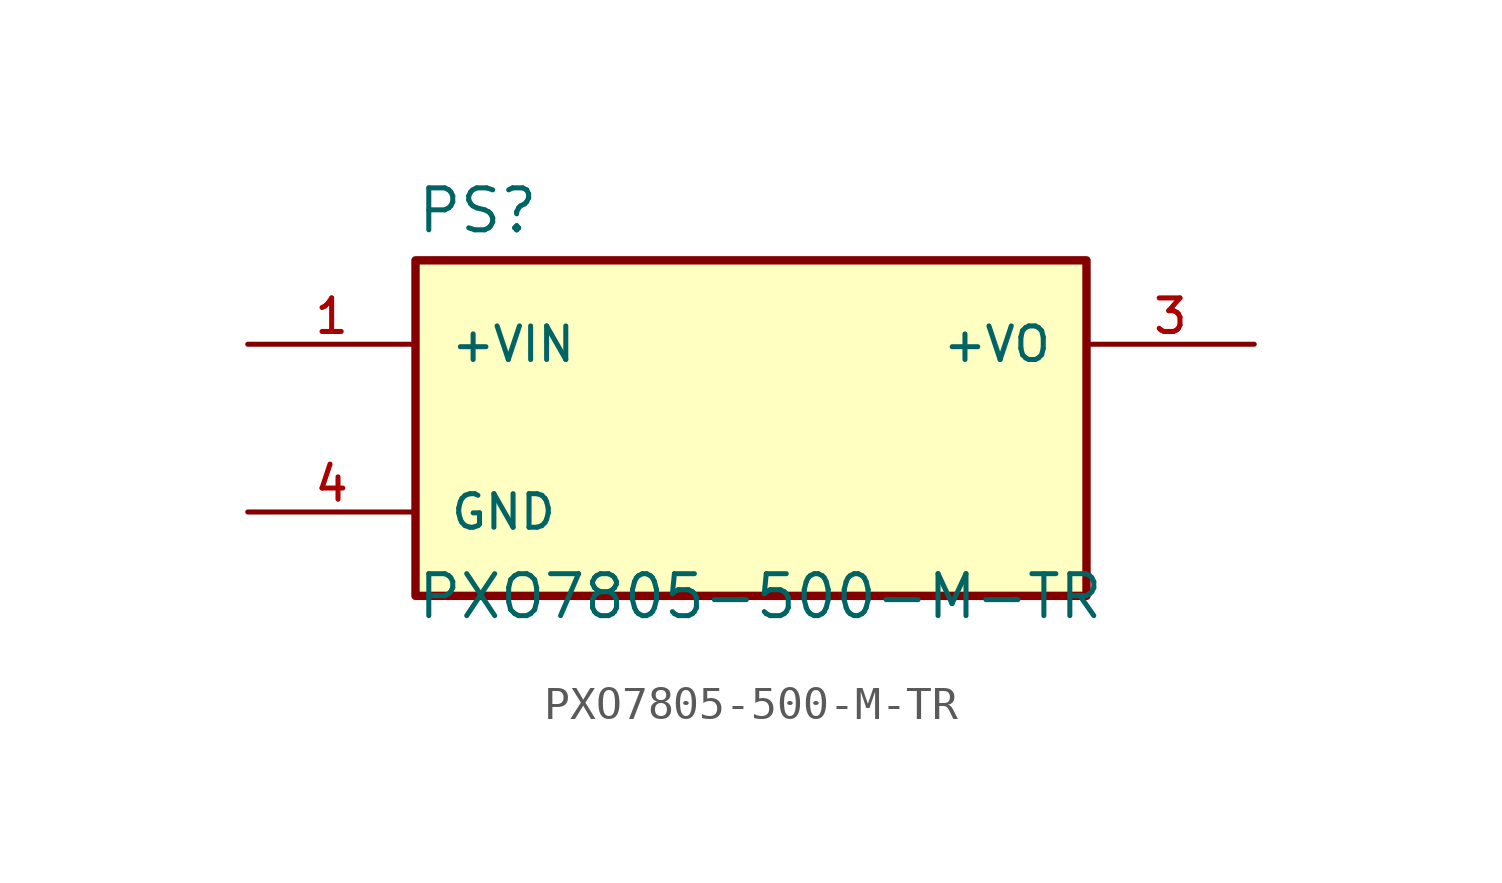
<source format=kicad_sym>
(kicad_symbol_lib
  (version 20231120)
  (generator "kicad_symbol_editor")
  (generator_version "8.0")
  (symbol "PXO7805-500-M-TR"
    (pin_names
      (offset 1.016))
    (property "Reference" "PS"
      (at -10.16 5.842 0)
      (effects (font (size 1.27 1.27)) (justify left bottom)))
    (property "Value" "PXO7805-500-M-TR"
      (at -10.16 -5.842 0)
      (effects (font (size 1.27 1.27)) (justify left bottom)))
    (symbol "PXO7805-500-M-TR_0_0"
      (rectangle (start -10.16 5.08) (end 10.16 -5.08) (stroke (width 0.254) (type solid)) (fill (type background)))
      (pin input line (at -15.24 2.54 0) (length 5.08) (name "+VIN" (effects (font (size 1.016 1.016)))) (number "1" (effects (font (size 1.016 1.016)))))
      (pin no_connect line (at 6.35 -2.54 0) (length 2.54) hide (name "NC" (effects (font (size 1.27 1.27)))) (number "2" (effects (font (size 1.27 1.27)))))
      (pin output line (at 15.24 2.54 180) (length 5.08) (name "+VO" (effects (font (size 1.016 1.016)))) (number "3" (effects (font (size 1.016 1.016)))))
      (pin power_in line (at -15.24 -2.54 0) (length 5.08) (name "GND" (effects (font (size 1.016 1.016)))) (number "4" (effects (font (size 1.016 1.016))))))))
</source>
